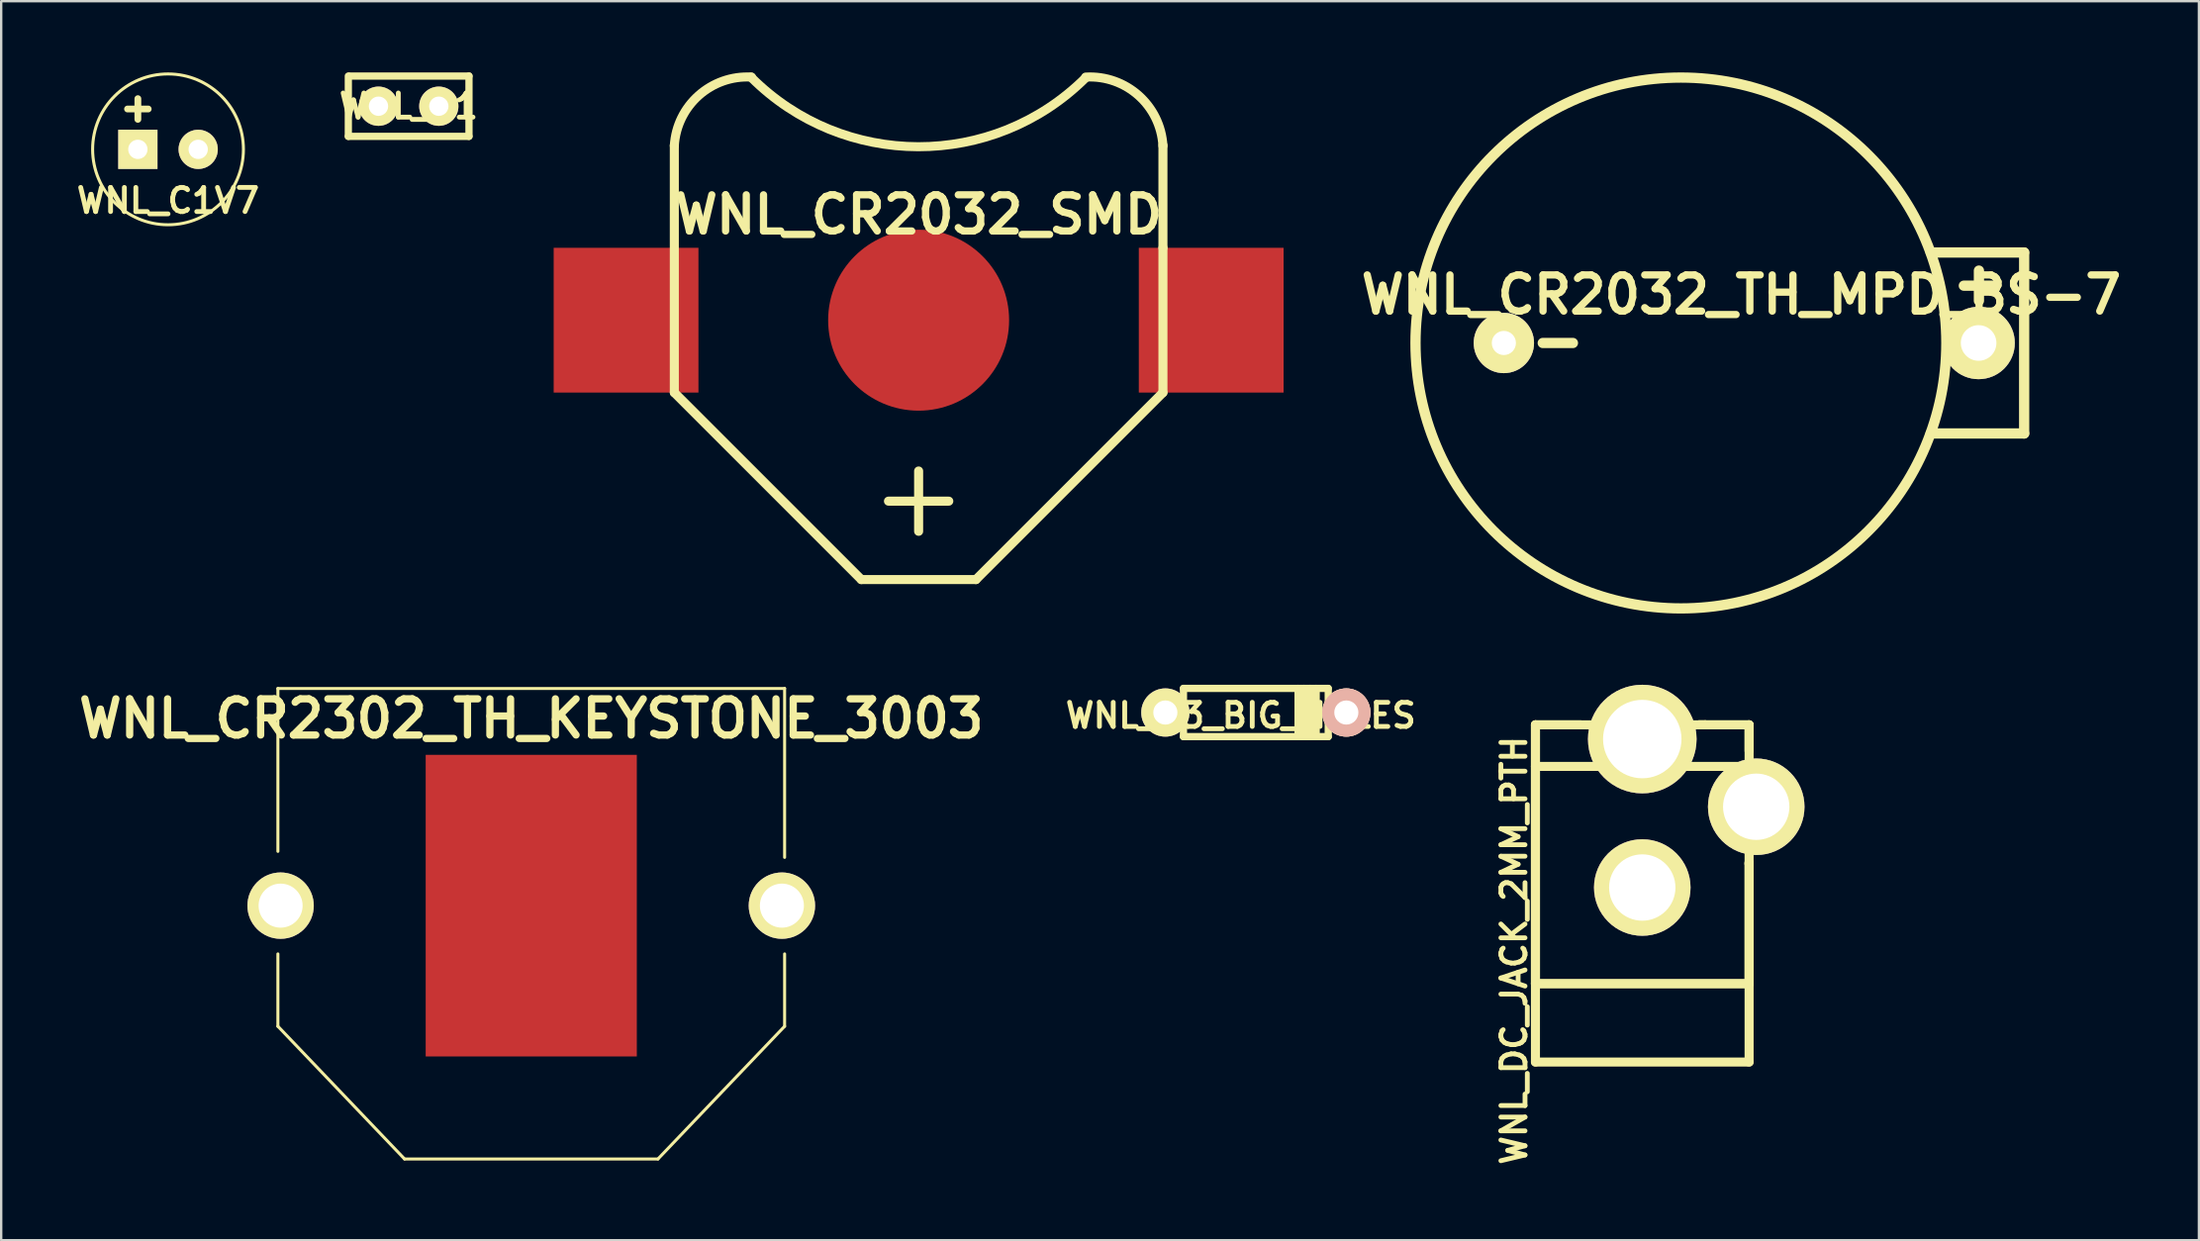
<source format=kicad_pcb>
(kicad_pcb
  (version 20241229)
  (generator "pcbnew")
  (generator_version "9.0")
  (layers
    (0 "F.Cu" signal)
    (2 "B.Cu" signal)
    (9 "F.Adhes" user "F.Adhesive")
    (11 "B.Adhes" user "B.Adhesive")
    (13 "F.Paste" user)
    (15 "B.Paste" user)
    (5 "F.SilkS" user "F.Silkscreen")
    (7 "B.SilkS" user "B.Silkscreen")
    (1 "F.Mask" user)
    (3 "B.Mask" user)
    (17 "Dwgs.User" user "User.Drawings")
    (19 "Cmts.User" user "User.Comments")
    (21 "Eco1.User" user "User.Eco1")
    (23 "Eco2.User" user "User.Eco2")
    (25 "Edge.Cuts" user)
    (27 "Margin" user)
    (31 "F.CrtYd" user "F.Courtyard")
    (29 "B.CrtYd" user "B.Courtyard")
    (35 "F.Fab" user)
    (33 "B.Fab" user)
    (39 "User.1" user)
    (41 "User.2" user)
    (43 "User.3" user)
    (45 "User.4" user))
  (footprint "WNL_CR2302_TH_KEYSTONE_3003"
    (layer "F.Cu")
    (at 19.319 35.084)
    (property "Reference" "WNL_CR2302_TH_KEYSTONE_3003" (at 0 -7.874 0) (layer "F.SilkS") (effects (font (size 1.524 1.524) (thickness 0.305))))
    (attr through_hole)
    (fp_line (start -10.668 -2.286) (end -10.668 -9.144) (stroke (width 0.127) (type solid)) (layer "F.SilkS"))
    (fp_line (start -10.668 5.08) (end -10.668 2.032) (stroke (width 0.127) (type solid)) (layer "F.SilkS"))
    (fp_line (start -5.334 10.668) (end -10.668 5.08) (stroke (width 0.127) (type solid)) (layer "F.SilkS"))
    (fp_line (start -5.334 10.668) (end 5.334 10.668) (stroke (width 0.127) (type solid)) (layer "F.SilkS"))
    (fp_line (start 10.668 -9.144) (end -10.668 -9.144) (stroke (width 0.127) (type solid)) (layer "F.SilkS"))
    (fp_line (start 10.668 -9.144) (end 10.668 -2.032) (stroke (width 0.127) (type solid)) (layer "F.SilkS"))
    (fp_line (start 10.668 5.08) (end 5.334 10.668) (stroke (width 0.127) (type solid)) (layer "F.SilkS"))
    (fp_line (start 10.668 5.08) (end 10.668 2.032) (stroke (width 0.127) (type solid)) (layer "F.SilkS"))
    (pad "1" thru_hole circle (at -10.554 0) (size 2.794 2.794) (drill 1.854) (layers "*.Cu" "*.Mask" "F.SilkS"))
    (pad "1" smd rect (at 0 0) (size 8.89 12.7) (layers "F.Cu" "F.Mask" "F.Paste"))
    (pad "1" thru_hole circle (at 10.554 0) (size 2.794 2.794) (drill 1.854) (layers "*.Cu" "*.Mask" "F.SilkS")))
  (footprint "WNL_CR2032_SMD"
    (layer "F.Cu")
    (at 35.63 10.432)
    (property "Reference" "WNL_CR2032_SMD" (at 0 -4.445 0) (layer "F.SilkS") (effects (font (size 1.524 1.524) (thickness 0.305))))
    (attr through_hole)
    (fp_line (start -10.287 -7.366) (end -10.287 3.048) (stroke (width 0.381) (type solid)) (layer "F.SilkS"))
    (fp_line (start -10.287 3.048) (end -2.413 10.922) (stroke (width 0.381) (type solid)) (layer "F.SilkS"))
    (fp_line (start -1.27 7.62) (end 1.27 7.62) (stroke (width 0.381) (type solid)) (layer "F.SilkS"))
    (fp_line (start 0 6.35) (end 0 8.89) (stroke (width 0.381) (type solid)) (layer "F.SilkS"))
    (fp_line (start 2.413 10.922) (end -2.413 10.922) (stroke (width 0.381) (type solid)) (layer "F.SilkS"))
    (fp_line (start 10.287 -7.366) (end 10.287 -3.048) (stroke (width 0.381) (type solid)) (layer "F.SilkS"))
    (fp_line (start 10.287 -3.048) (end 10.287 3.048) (stroke (width 0.381) (type solid)) (layer "F.SilkS"))
    (fp_line (start 10.287 3.048) (end 2.413 10.922) (stroke (width 0.381) (type solid)) (layer "F.SilkS"))
    (fp_arc (start -10.287 -7.3406) (mid -9.261098 -9.461746) (end -7.0358 -10.2362) (stroke (width 0.381) (type solid)) (layer "F.SilkS"))
    (fp_arc (start 7.0358 -10.2362) (mid 9.261098 -9.461746) (end 10.287 -7.3406) (stroke (width 0.381) (type solid)) (layer "F.SilkS"))
    (fp_arc (start 7.0358 -10.2108) (mid -0.017961 -7.303916) (end -7.0612 -10.2362) (stroke (width 0.381) (type solid)) (layer "F.SilkS"))
    (pad "1" smd rect (at -12.319 0) (size 6.096 6.096) (layers "F.Cu" "F.Mask" "F.Paste"))
    (pad "1" smd rect (at 12.319 0) (size 6.096 6.096) (layers "F.Cu" "F.Mask" "F.Paste"))
    (pad "2" smd circle (at 0 0) (size 7.62 7.62) (layers "F.Cu" "F.Mask" "F.Paste")))
  (footprint "WNL_C1"
    (layer "F.Cu")
    (at 14.157 1.422)
    (property "Reference" "WNL_C1" (at 0 0 0) (layer "F.SilkS") (effects (font (size 1.016 1.016) (thickness 0.203))))
    (attr through_hole)
    (fp_line (start -2.54 1.27) (end -2.54 -1.27) (stroke (width 0.305) (type solid)) (layer "F.SilkS"))
    (fp_line (start -2.489 -1.27) (end 2.54 -1.27) (stroke (width 0.305) (type solid)) (layer "F.SilkS"))
    (fp_line (start 2.54 -1.27) (end 2.54 1.27) (stroke (width 0.305) (type solid)) (layer "F.SilkS"))
    (fp_line (start 2.54 1.27) (end -2.54 1.27) (stroke (width 0.305) (type solid)) (layer "F.SilkS"))
    (pad "1" thru_hole circle (at -1.27 0) (size 1.651 1.651) (drill 0.813) (layers "*.Cu" "*.Mask" "F.SilkS"))
    (pad "2" thru_hole circle (at 1.27 0) (size 1.651 1.651) (drill 0.813) (layers "*.Cu" "*.Mask" "F.SilkS")))
  (footprint "WNL_CR2032_TH_MPD_BS-7"
    (layer "F.Cu")
    (at 70.267 11.392)
    (property "Reference" "WNL_CR2032_TH_MPD_BS-7" (at 0 -2.032 0) (layer "F.SilkS") (effects (font (size 1.524 1.524) (thickness 0.305))))
    (attr through_hole)
    (fp_line (start -8.357 0) (end -7.087 0) (stroke (width 0.432) (type solid)) (layer "F.SilkS"))
    (fp_line (start 9.373 -2.413) (end 10.643 -2.413) (stroke (width 0.432) (type solid)) (layer "F.SilkS"))
    (fp_line (start 10.008 -3.048) (end 10.008 -1.778) (stroke (width 0.432) (type solid)) (layer "F.SilkS"))
    (fp_line (start 11.913 -3.81) (end 7.976 -3.81) (stroke (width 0.432) (type solid)) (layer "F.SilkS"))
    (fp_line (start 11.913 -3.81) (end 11.913 3.81) (stroke (width 0.432) (type solid)) (layer "F.SilkS"))
    (fp_line (start 11.913 3.81) (end 7.976 3.81) (stroke (width 0.432) (type solid)) (layer "F.SilkS"))
    (fp_circle (center -2.54 0) (end -13.716 0) (stroke (width 0.432) (type solid)) (fill no) (layer "F.SilkS"))
    (pad "1" thru_hole circle (at 9.995 0) (size 3.048 3.048) (drill 1.499) (layers "*.Cu" "*.Mask" "F.SilkS"))
    (pad "2" thru_hole circle (at -9.995 0) (size 2.54 2.54) (drill 1.016) (layers "*.Cu" "*.Mask" "F.SilkS")))
  (footprint "WNL_C1V7"
    (layer "F.Cu")
    (at 4.025 3.239)
    (property "Reference" "WNL_C1V7" (at 0 2.159 0) (layer "F.SilkS") (effects (font (size 1.016 1.016) (thickness 0.203))))
    (attr through_hole)
    (fp_circle (center 0 0) (end 3.175 0) (stroke (width 0.127) (type solid)) (fill no) (layer "F.SilkS"))
    (fp_text user "+" (at -1.27 -1.778 0) (layer "F.SilkS") (effects (font (size 1.143 1.143) (thickness 0.287))))
    (pad "1" thru_hole rect (at -1.27 0) (size 1.651 1.651) (drill 0.813) (layers "*.Cu" "*.Mask" "F.SilkS"))
    (pad "2" thru_hole circle (at 1.27 0) (size 1.651 1.651) (drill 0.813) (layers "*.Cu" "*.Mask" "F.SilkS")))
  (footprint "WNL_DC_JACK_2MM_PTH"
    (layer "F.Cu")
    (at 66.1 41.669)
    (property "Reference" "WNL_DC_JACK_2MM_PTH" (at -5.397 -4.699 90) (layer "F.SilkS") (effects (font (size 1.016 1.016) (thickness 0.203))))
    (attr exclude_from_pos_files exclude_from_bom)
    (fp_line (start -4.498 -14.199) (end -2.598 -14.199) (stroke (width 0.381) (type solid)) (layer "F.SilkS"))
    (fp_line (start -4.498 -14.199) (end 2.649 -14.199) (stroke (width 0.381) (type solid)) (layer "F.SilkS"))
    (fp_line (start -4.498 -12.449) (end -4.498 -14.199) (stroke (width 0.381) (type solid)) (layer "F.SilkS"))
    (fp_line (start -4.498 -12.449) (end 4.399 -12.449) (stroke (width 0.381) (type solid)) (layer "F.SilkS"))
    (fp_line (start -4.498 -3.299) (end -4.498 -14.199) (stroke (width 0.381) (type solid)) (layer "F.SilkS"))
    (fp_line (start -4.498 -3.299) (end -4.498 -12.449) (stroke (width 0.381) (type solid)) (layer "F.SilkS"))
    (fp_line (start -4.498 -3.299) (end -4.498 0) (stroke (width 0.381) (type solid)) (layer "F.SilkS"))
    (fp_line (start -4.498 -3.299) (end 4.498 -3.299) (stroke (width 0.381) (type solid)) (layer "F.SilkS"))
    (fp_line (start -4.498 -3.299) (end 4.498 -3.299) (stroke (width 0.381) (type solid)) (layer "F.SilkS"))
    (fp_line (start 2.649 -14.199) (end 2.398 -14.199) (stroke (width 0.381) (type solid)) (layer "F.SilkS"))
    (fp_line (start 4.498 -14.199) (end 2.398 -14.199) (stroke (width 0.381) (type solid)) (layer "F.SilkS"))
    (fp_line (start 4.498 -14.199) (end 2.649 -14.199) (stroke (width 0.381) (type solid)) (layer "F.SilkS"))
    (fp_line (start 4.498 -14.199) (end 4.498 -13.099) (stroke (width 0.381) (type solid)) (layer "F.SilkS"))
    (fp_line (start 4.498 -14.199) (end 4.498 -8.349) (stroke (width 0.381) (type solid)) (layer "F.SilkS"))
    (fp_line (start 4.498 -8.349) (end 4.498 -8.4) (stroke (width 0.381) (type solid)) (layer "F.SilkS"))
    (fp_line (start 4.498 -3.299) (end 4.498 -8.4) (stroke (width 0.381) (type solid)) (layer "F.SilkS"))
    (fp_line (start 4.498 -3.299) (end 4.498 -8.349) (stroke (width 0.381) (type solid)) (layer "F.SilkS"))
    (fp_line (start 4.498 0) (end -4.498 0) (stroke (width 0.381) (type solid)) (layer "F.SilkS"))
    (fp_line (start 4.498 0) (end 4.498 -3.299) (stroke (width 0.381) (type solid)) (layer "F.SilkS"))
    (pad "GND" thru_hole circle (at 0 -7.348) (size 4.064 4.064) (drill 2.794) (layers "*.Cu" "*.Mask" "F.SilkS"))
    (pad "GNDB" thru_hole circle (at 4.798 -10.749) (size 4.064 4.064) (drill 2.794) (layers "*.Cu" "*.Mask" "F.SilkS"))
    (pad "PWR" thru_hole circle (at 0 -13.599) (size 4.572 4.572) (drill 3.302) (layers "*.Cu" "*.Mask" "F.SilkS")))
  (footprint "WNL_D3_BIG_HOLES"
    (layer "F.Cu")
    (at 49.829 26.952)
    (property "Reference" "WNL_D3_BIG_HOLES" (at -0.635 0.127 0) (layer "F.SilkS") (effects (font (size 1.016 1.016) (thickness 0.203))))
    (attr through_hole)
    (fp_line (start -3.048 -1.016) (end -3.048 0) (stroke (width 0.305) (type solid)) (layer "F.SilkS"))
    (fp_line (start -3.048 0) (end -3.81 0) (stroke (width 0.305) (type solid)) (layer "F.SilkS"))
    (fp_line (start -3.048 0) (end -3.048 1.016) (stroke (width 0.305) (type solid)) (layer "F.SilkS"))
    (fp_line (start -3.048 1.016) (end 3.048 1.016) (stroke (width 0.305) (type solid)) (layer "F.SilkS"))
    (fp_line (start 1.778 1.016) (end 1.778 -1.016) (stroke (width 0.305) (type solid)) (layer "F.SilkS"))
    (fp_line (start 2.032 1.016) (end 2.032 -1.016) (stroke (width 0.305) (type solid)) (layer "F.SilkS"))
    (fp_line (start 2.286 1.016) (end 2.286 -1.016) (stroke (width 0.305) (type solid)) (layer "F.SilkS"))
    (fp_line (start 2.54 -1.016) (end 2.54 1.016) (stroke (width 0.305) (type solid)) (layer "F.SilkS"))
    (fp_line (start 3.048 -1.016) (end -3.048 -1.016) (stroke (width 0.305) (type solid)) (layer "F.SilkS"))
    (fp_line (start 3.048 0) (end 3.048 -1.016) (stroke (width 0.305) (type solid)) (layer "F.SilkS"))
    (fp_line (start 3.048 1.016) (end 3.048 0) (stroke (width 0.305) (type solid)) (layer "F.SilkS"))
    (fp_line (start 3.81 0) (end 3.048 0) (stroke (width 0.305) (type solid)) (layer "F.SilkS"))
    (pad "1" thru_hole circle (at -3.81 0) (size 2.032 2.032) (drill 1.016) (layers "*.Cu" "*.Mask" "F.SilkS"))
    (pad "2" thru_hole circle (at 3.81 0) (size 2.032 2.032) (drill 1.016) (layers "*.Cu" "*.SilkS" "*.Mask")))
  (gr_rect
    (start -3 -3)
    (end 89.538 49.172)
    (stroke (width 0.1) (type default))
    (fill no)
    (layer "Edge.Cuts")))
</source>
